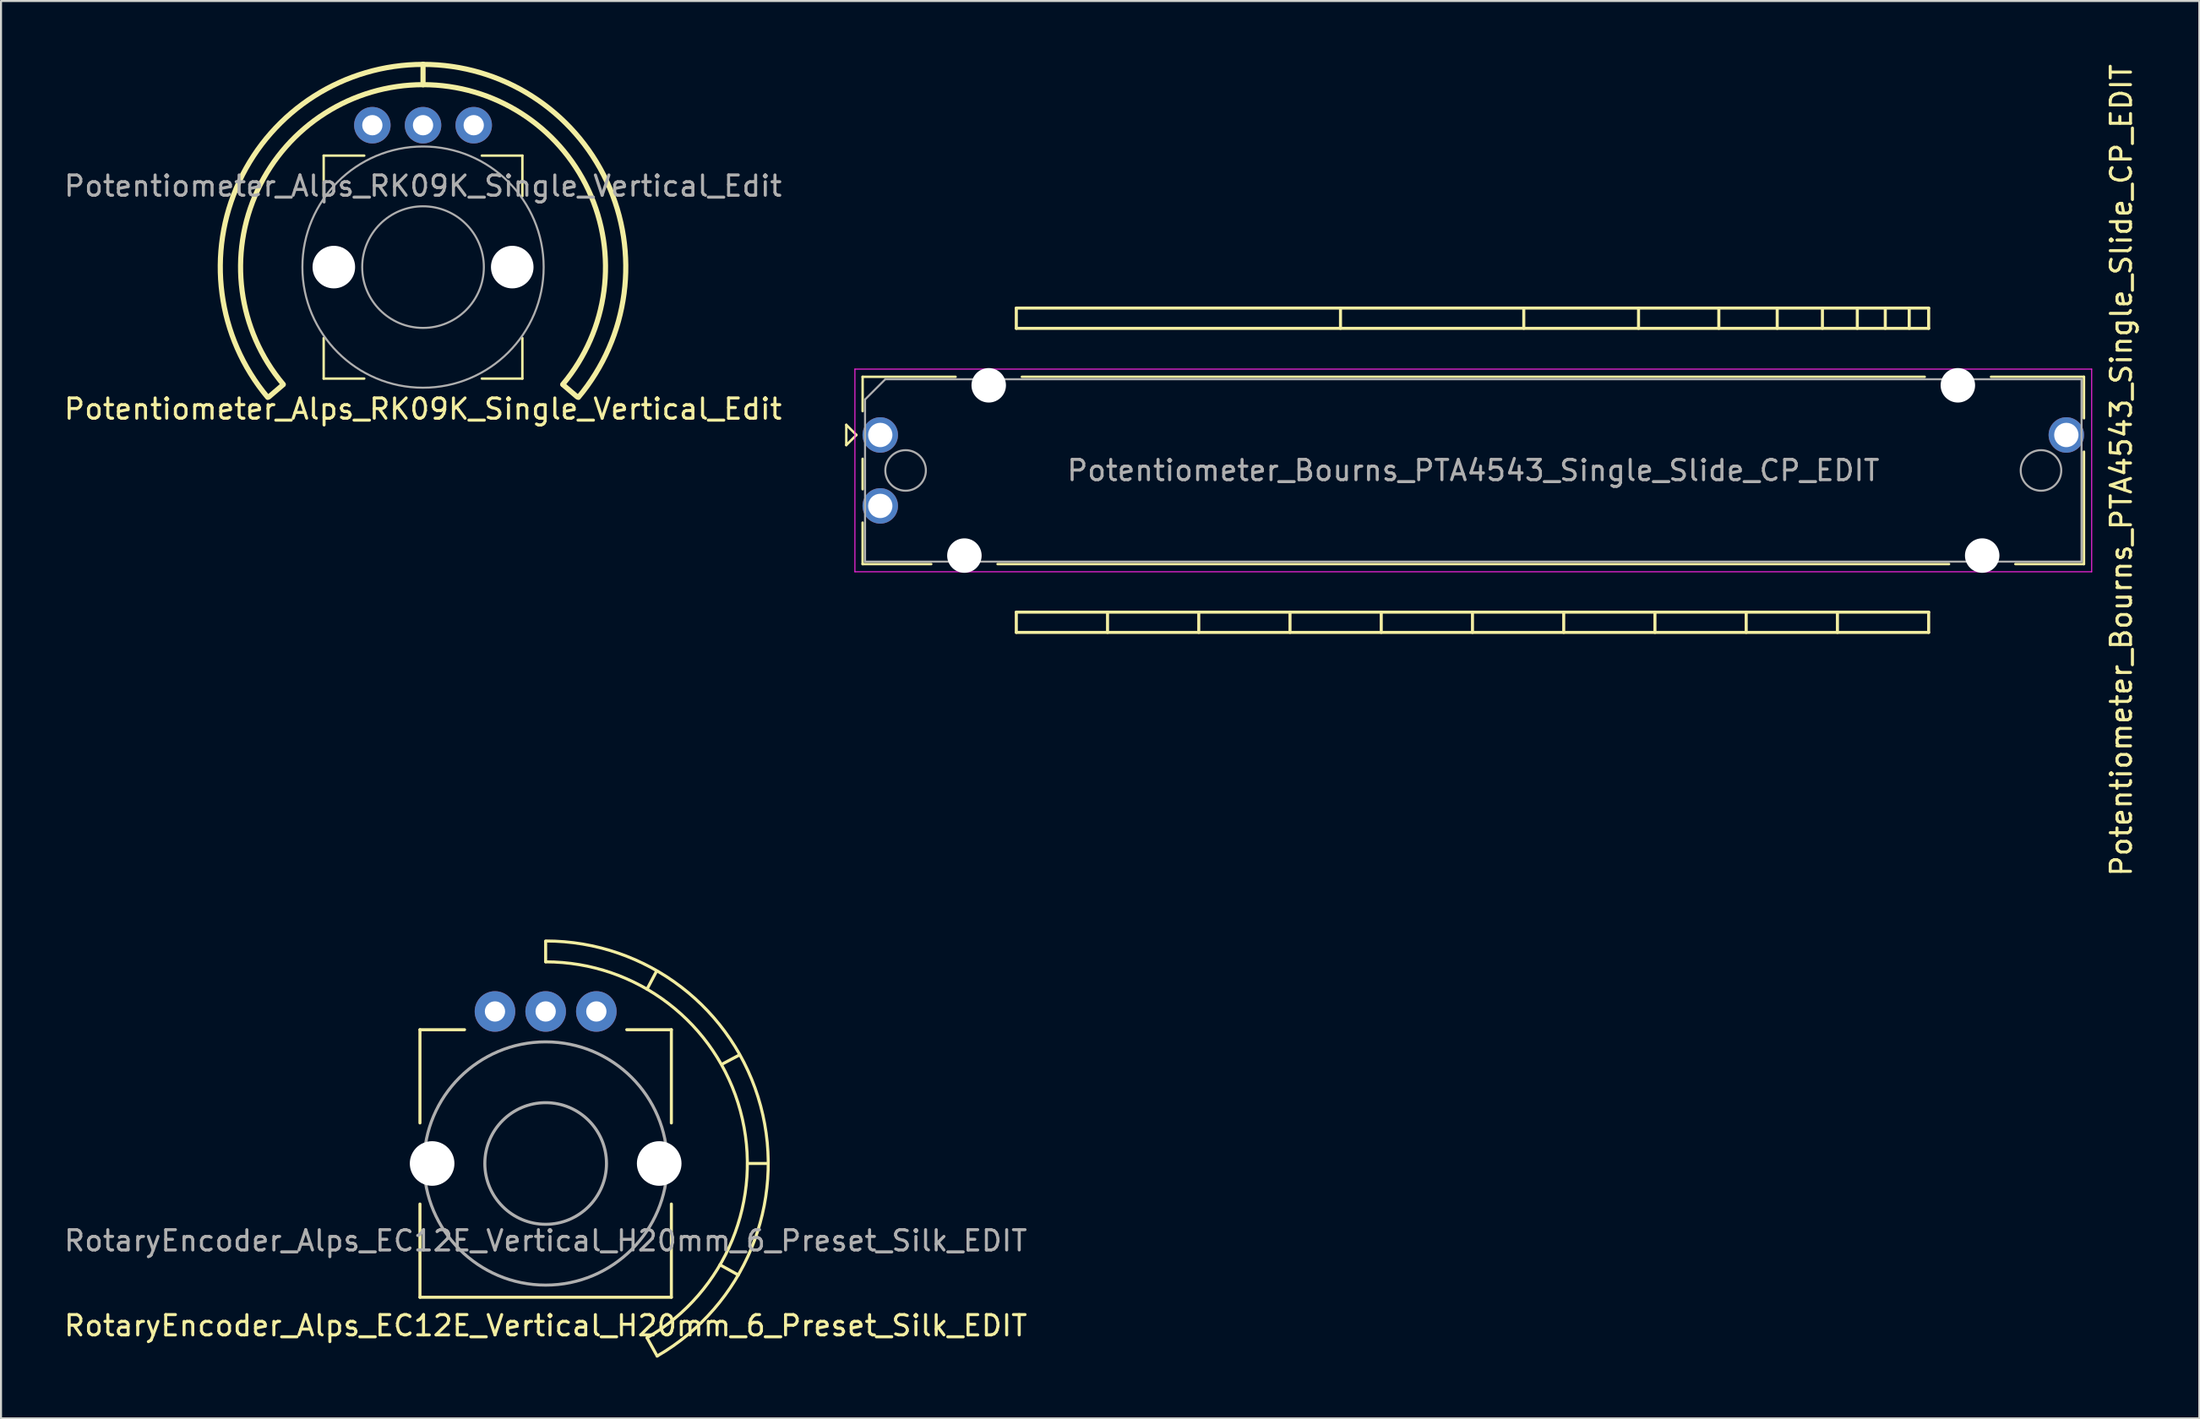
<source format=kicad_pcb>
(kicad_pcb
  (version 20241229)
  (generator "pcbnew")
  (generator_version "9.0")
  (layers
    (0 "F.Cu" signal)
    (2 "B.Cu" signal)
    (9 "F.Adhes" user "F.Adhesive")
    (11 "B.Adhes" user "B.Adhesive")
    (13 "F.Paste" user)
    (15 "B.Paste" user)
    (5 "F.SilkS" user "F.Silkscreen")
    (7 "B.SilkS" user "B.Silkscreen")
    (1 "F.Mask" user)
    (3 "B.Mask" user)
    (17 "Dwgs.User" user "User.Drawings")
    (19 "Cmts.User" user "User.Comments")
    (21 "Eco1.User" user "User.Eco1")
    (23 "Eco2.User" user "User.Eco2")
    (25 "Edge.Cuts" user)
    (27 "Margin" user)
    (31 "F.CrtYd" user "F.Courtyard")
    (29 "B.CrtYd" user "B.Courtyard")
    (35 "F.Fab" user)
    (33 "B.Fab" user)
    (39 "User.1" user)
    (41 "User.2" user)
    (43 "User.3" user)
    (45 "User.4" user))
  (footprint "Potentiometer_Bourns_PTA4543_Single_Slide_CP_EDIT"
    (layer "F.Cu")
    (at 69.576 20.149)
    (property "Reference" "Potentiometer_Bourns_PTA4543_Single_Slide_CP_EDIT" (at 32 0 90) (layer "F.SilkS") (effects (font (size 1 1) (thickness 0.15))))
    (attr through_hole)
    (fp_line (start -30.885 -2.24) (end -30.885 -1.24) (stroke (width 0.12) (type solid)) (layer "F.SilkS"))
    (fp_line (start -30.885 -1.24) (end -30.385 -1.74) (stroke (width 0.12) (type solid)) (layer "F.SilkS"))
    (fp_line (start -30.385 -1.74) (end -30.885 -2.24) (stroke (width 0.12) (type solid)) (layer "F.SilkS"))
    (fp_line (start -30.08 -4.61) (end -30.08 -2.915) (stroke (width 0.12) (type solid)) (layer "F.SilkS"))
    (fp_line (start -30.08 -4.61) (end -25.495 -4.61) (stroke (width 0.12) (type solid)) (layer "F.SilkS"))
    (fp_line (start -30.08 -0.565) (end -30.08 0.938) (stroke (width 0.12) (type solid)) (layer "F.SilkS"))
    (fp_line (start -30.08 2.583) (end -30.08 4.63) (stroke (width 0.12) (type solid)) (layer "F.SilkS"))
    (fp_line (start -30.08 4.63) (end -26.695 4.63) (stroke (width 0.12) (type solid)) (layer "F.SilkS"))
    (fp_line (start -23.424 4.63) (end 23.505 4.63) (stroke (width 0.12) (type solid)) (layer "F.SilkS"))
    (fp_line (start -22.5 -8) (end -22.5 -7) (stroke (width 0.15) (type solid)) (layer "F.SilkS"))
    (fp_line (start -22.5 -7) (end 22.5 -7) (stroke (width 0.15) (type solid)) (layer "F.SilkS"))
    (fp_line (start -22.5 7) (end -22.5 8) (stroke (width 0.15) (type solid)) (layer "F.SilkS"))
    (fp_line (start -22.5 8) (end 22.5 8) (stroke (width 0.15) (type solid)) (layer "F.SilkS"))
    (fp_line (start -22.224 -4.61) (end 22.305 -4.61) (stroke (width 0.12) (type solid)) (layer "F.SilkS"))
    (fp_line (start -18 7) (end -18 8) (stroke (width 0.15) (type solid)) (layer "F.SilkS"))
    (fp_line (start -13.5 7) (end -13.5 8) (stroke (width 0.15) (type solid)) (layer "F.SilkS"))
    (fp_line (start -9 7) (end -9 8) (stroke (width 0.15) (type solid)) (layer "F.SilkS"))
    (fp_line (start -6.51 -8) (end -6.51 -7) (stroke (width 0.15) (type solid)) (layer "F.SilkS"))
    (fp_line (start -4.5 7) (end -4.5 8) (stroke (width 0.15) (type solid)) (layer "F.SilkS"))
    (fp_line (start 0 7) (end 0 8) (stroke (width 0.15) (type solid)) (layer "F.SilkS"))
    (fp_line (start 2.53 -8) (end 2.53 -7) (stroke (width 0.15) (type solid)) (layer "F.SilkS"))
    (fp_line (start 4.5 7) (end 4.5 8) (stroke (width 0.15) (type solid)) (layer "F.SilkS"))
    (fp_line (start 8.19 -8) (end 8.19 -7) (stroke (width 0.15) (type solid)) (layer "F.SilkS"))
    (fp_line (start 9 7) (end 9 8) (stroke (width 0.15) (type solid)) (layer "F.SilkS"))
    (fp_line (start 12.15 -8) (end 12.15 -7) (stroke (width 0.15) (type solid)) (layer "F.SilkS"))
    (fp_line (start 13.5 7) (end 13.5 8) (stroke (width 0.15) (type solid)) (layer "F.SilkS"))
    (fp_line (start 15.03 -8) (end 15.03 -7) (stroke (width 0.15) (type solid)) (layer "F.SilkS"))
    (fp_line (start 17.26 -8) (end 17.26 -7) (stroke (width 0.15) (type solid)) (layer "F.SilkS"))
    (fp_line (start 18 7) (end 18 8) (stroke (width 0.15) (type solid)) (layer "F.SilkS"))
    (fp_line (start 18.98 -8) (end 18.98 -7) (stroke (width 0.15) (type solid)) (layer "F.SilkS"))
    (fp_line (start 20.36 -8) (end 20.36 -7) (stroke (width 0.15) (type solid)) (layer "F.SilkS"))
    (fp_line (start 21.54 -8) (end 21.54 -7) (stroke (width 0.15) (type solid)) (layer "F.SilkS"))
    (fp_line (start 22.5 -8) (end -22.5 -8) (stroke (width 0.15) (type solid)) (layer "F.SilkS"))
    (fp_line (start 22.5 -7) (end 22.5 -8) (stroke (width 0.15) (type solid)) (layer "F.SilkS"))
    (fp_line (start 22.5 7) (end -22.5 7) (stroke (width 0.15) (type solid)) (layer "F.SilkS"))
    (fp_line (start 22.5 8) (end 22.5 7) (stroke (width 0.15) (type solid)) (layer "F.SilkS"))
    (fp_line (start 25.576 -4.61) (end 30.16 -4.61) (stroke (width 0.12) (type solid)) (layer "F.SilkS"))
    (fp_line (start 26.776 4.63) (end 30.16 4.63) (stroke (width 0.12) (type solid)) (layer "F.SilkS"))
    (fp_line (start 30.16 -4.61) (end 30.16 -2.563) (stroke (width 0.12) (type solid)) (layer "F.SilkS"))
    (fp_line (start 30.16 -0.917) (end 30.16 4.63) (stroke (width 0.12) (type solid)) (layer "F.SilkS"))
    (fp_line (start -30.46 -4.99) (end -30.46 5.01) (stroke (width 0.05) (type solid)) (layer "F.CrtYd"))
    (fp_line (start -30.46 5.01) (end 30.54 5.01) (stroke (width 0.05) (type solid)) (layer "F.CrtYd"))
    (fp_line (start 30.54 -4.99) (end -30.46 -4.99) (stroke (width 0.05) (type solid)) (layer "F.CrtYd"))
    (fp_line (start 30.54 5.01) (end 30.54 -4.99) (stroke (width 0.05) (type solid)) (layer "F.CrtYd"))
    (fp_line (start -29.96 -3.49) (end -28.96 -4.49) (stroke (width 0.1) (type solid)) (layer "F.Fab"))
    (fp_line (start -29.96 4.51) (end -29.96 -3.49) (stroke (width 0.1) (type solid)) (layer "F.Fab"))
    (fp_line (start -28.96 -4.49) (end 30.04 -4.49) (stroke (width 0.1) (type solid)) (layer "F.Fab"))
    (fp_line (start 30.04 -4.49) (end 30.04 4.51) (stroke (width 0.1) (type solid)) (layer "F.Fab"))
    (fp_line (start 30.04 4.51) (end -29.96 4.51) (stroke (width 0.1) (type solid)) (layer "F.Fab"))
    (fp_circle (center -27.96 0.01) (end -26.96 0.01) (stroke (width 0.1) (type solid)) (fill no) (layer "F.Fab"))
    (fp_circle (center 28.04 0.01) (end 29.04 0.01) (stroke (width 0.1) (type solid)) (fill no) (layer "F.Fab"))
    (fp_text user "${REFERENCE}" (at 0.04 0.01 0) (layer "F.Fab") (effects (font (size 1 1) (thickness 0.15))))
    (pad "" np_thru_hole circle (at -25.06 4.21) (size 1.7 1.7) (drill 1.7) (layers "*.Cu" "*.Mask"))
    (pad "" np_thru_hole circle (at -23.86 -4.19) (size 1.7 1.7) (drill 1.7) (layers "*.Cu" "*.Mask"))
    (pad "" np_thru_hole circle (at 23.94 -4.19) (size 1.7 1.7) (drill 1.7) (layers "*.Cu" "*.Mask"))
    (pad "" np_thru_hole circle (at 25.14 4.21) (size 1.7 1.7) (drill 1.7) (layers "*.Cu" "*.Mask"))
    (pad "1" thru_hole circle (at -29.21 -1.74) (size 1.75 1.75) (drill 1.2) (layers "*.Cu" "*.Mask"))
    (pad "2" thru_hole circle (at -29.21 1.76) (size 1.75 1.75) (drill 1.2) (layers "*.Cu" "*.Mask"))
    (pad "3" thru_hole circle (at 29.29 -1.74) (size 1.75 1.75) (drill 1.2) (layers "*.Cu" "*.Mask")))
  (footprint "RotaryEncoder_Alps_EC12E_Vertical_H20mm_6_Preset_Silk_EDIT"
    (layer "F.Cu")
    (at 23.863 54.35)
    (property "Reference" "RotaryEncoder_Alps_EC12E_Vertical_H20mm_6_Preset_Silk_EDIT" (at 0 8 0) (layer "F.SilkS") (effects (font (size 1 1) (thickness 0.15))))
    (attr through_hole)
    (fp_line (start -6.2 -6.6) (end -6.2 -2) (stroke (width 0.15) (type solid)) (layer "F.SilkS"))
    (fp_line (start -6.2 -6.6) (end -4 -6.6) (stroke (width 0.15) (type solid)) (layer "F.SilkS"))
    (fp_line (start -6.2 2) (end -6.2 6.6) (stroke (width 0.15) (type solid)) (layer "F.SilkS"))
    (fp_line (start 0 -9.95) (end 0 -10.95) (stroke (width 0.15) (type solid)) (layer "F.SilkS"))
    (fp_line (start 5.45 -9.45) (end 5 -8.6) (stroke (width 0.15) (type solid)) (layer "F.SilkS"))
    (fp_line (start 5.5 9.5) (end 5 8.6) (stroke (width 0.15) (type solid)) (layer "F.SilkS"))
    (fp_line (start 6.2 -6.6) (end 4 -6.6) (stroke (width 0.15) (type solid)) (layer "F.SilkS"))
    (fp_line (start 6.2 -6.6) (end 6.2 -2) (stroke (width 0.15) (type solid)) (layer "F.SilkS"))
    (fp_line (start 6.2 2) (end 6.2 6.6) (stroke (width 0.15) (type solid)) (layer "F.SilkS"))
    (fp_line (start 6.2 6.6) (end -6.2 6.6) (stroke (width 0.15) (type solid)) (layer "F.SilkS"))
    (fp_line (start 9.5 5.5) (end 8.6 5) (stroke (width 0.15) (type solid)) (layer "F.SilkS"))
    (fp_line (start 9.55 -5.35) (end 8.7 -4.9) (stroke (width 0.15) (type solid)) (layer "F.SilkS"))
    (fp_line (start 10 0) (end 10.95 0) (stroke (width 0.15) (type solid)) (layer "F.SilkS"))
    (fp_arc (start 0 -10.977248) (mid 10.601505 -2.847466) (end 5.499999 9.499999) (stroke (width 0.15) (type solid)) (layer "F.SilkS"))
    (fp_arc (start 0 -9.947863) (mid 9.604988 -2.589244) (end 4.999999 8.599999) (stroke (width 0.15) (type solid)) (layer "F.SilkS"))
    (fp_circle (center 0 0) (end 3 0) (stroke (width 0.15) (type solid)) (fill no) (layer "F.Fab"))
    (fp_circle (center 0 0) (end 6 0) (stroke (width 0.15) (type solid)) (fill no) (layer "F.Fab"))
    (fp_text user "${REFERENCE}" (at 0 3.81 0) (layer "F.Fab") (effects (font (size 1 1) (thickness 0.15))))
    (pad "" np_thru_hole circle (at -5.6 0) (size 2.2 2.2) (drill 2.2) (layers "*.Cu" "*.Mask"))
    (pad "" np_thru_hole circle (at 5.6 0) (size 2.2 2.2) (drill 2.2) (layers "*.Cu" "*.Mask"))
    (pad "A" thru_hole circle (at 2.5 -7.5) (size 2 2) (drill 1) (layers "*.Cu" "*.Mask"))
    (pad "B" thru_hole circle (at -2.5 -7.5) (size 2 2) (drill 1) (layers "*.Cu" "*.Mask"))
    (pad "C" thru_hole circle (at 0 -7.5) (size 2 2) (drill 1) (layers "*.Cu" "*.Mask")))
  (footprint "Potentiometer_Alps_RK09K_Single_Vertical_Edit"
    (layer "F.Cu")
    (at 17.815 10.127)
    (property "Reference" "Potentiometer_Alps_RK09K_Single_Vertical_Edit" (at 0 7 0) (layer "F.SilkS") (effects (font (size 1 1) (thickness 0.15))))
    (attr through_hole)
    (fp_line (start -6.9 5.8) (end -7.6 6.4) (stroke (width 0.254) (type solid)) (layer "F.SilkS"))
    (fp_line (start -4.9 -5.5) (end -4.9 -3.5) (stroke (width 0.12) (type solid)) (layer "F.SilkS"))
    (fp_line (start -4.9 -5.5) (end -2.9 -5.5) (stroke (width 0.12) (type solid)) (layer "F.SilkS"))
    (fp_line (start -4.9 5.5) (end -4.9 3.5) (stroke (width 0.12) (type solid)) (layer "F.SilkS"))
    (fp_line (start -4.9 5.5) (end -2.9 5.5) (stroke (width 0.12) (type solid)) (layer "F.SilkS"))
    (fp_line (start 0 -10) (end 0 -9) (stroke (width 0.254) (type solid)) (layer "F.SilkS"))
    (fp_line (start 4.9 -5.5) (end 2.9 -5.5) (stroke (width 0.12) (type solid)) (layer "F.SilkS"))
    (fp_line (start 4.9 -5.5) (end 4.9 -3.5) (stroke (width 0.12) (type solid)) (layer "F.SilkS"))
    (fp_line (start 4.9 5.5) (end 2.9 5.5) (stroke (width 0.12) (type solid)) (layer "F.SilkS"))
    (fp_line (start 4.9 5.5) (end 4.9 3.5) (stroke (width 0.12) (type solid)) (layer "F.SilkS"))
    (fp_line (start 6.9 5.8) (end 7.6 6.4) (stroke (width 0.254) (type solid)) (layer "F.SilkS"))
    (fp_arc (start -7.660444 6.427876) (mid -9.063078 -4.226182) (end 0 -10) (stroke (width 0.254) (type solid)) (layer "F.SilkS"))
    (fp_arc (start -6.8944 5.785088) (mid -8.15677 -3.803564) (end 0 -9) (stroke (width 0.254) (type solid)) (layer "F.SilkS"))
    (fp_arc (start 0 -10) (mid 9.063078 -4.226183) (end 7.660444 6.427876) (stroke (width 0.254) (type solid)) (layer "F.SilkS"))
    (fp_arc (start 0 -9) (mid 8.15677 -3.803565) (end 6.8944 5.785088) (stroke (width 0.254) (type solid)) (layer "F.SilkS"))
    (fp_circle (center 0 0) (end 3 0) (stroke (width 0.1) (type solid)) (fill no) (layer "F.Fab"))
    (fp_circle (center 0 0) (end 5.95 0) (stroke (width 0.1) (type solid)) (fill no) (layer "F.Fab"))
    (fp_text user "${REFERENCE}" (at 0 -4 0) (layer "F.Fab") (effects (font (size 1 1) (thickness 0.15))))
    (pad "" np_thru_hole circle (at -4.4 0) (size 2.1 2.1) (drill 2.1) (layers "*.Cu" "*.Mask"))
    (pad "" np_thru_hole circle (at 4.4 0) (size 2.1 2.1) (drill 2.1) (layers "*.Cu" "*.Mask"))
    (pad "1" thru_hole circle (at 2.5 -7) (size 1.8 1.8) (drill 1) (layers "*.Cu" "*.Mask"))
    (pad "2" thru_hole circle (at 0 -7) (size 1.8 1.8) (drill 1) (layers "*.Cu" "*.Mask"))
    (pad "3" thru_hole circle (at -2.5 -7) (size 1.8 1.8) (drill 1) (layers "*.Cu" "*.Mask")))
  (gr_rect
    (start -3 -3)
    (end 105.424 66.925)
    (stroke (width 0.1) (type default))
    (fill no)
    (layer "Edge.Cuts")))
</source>
